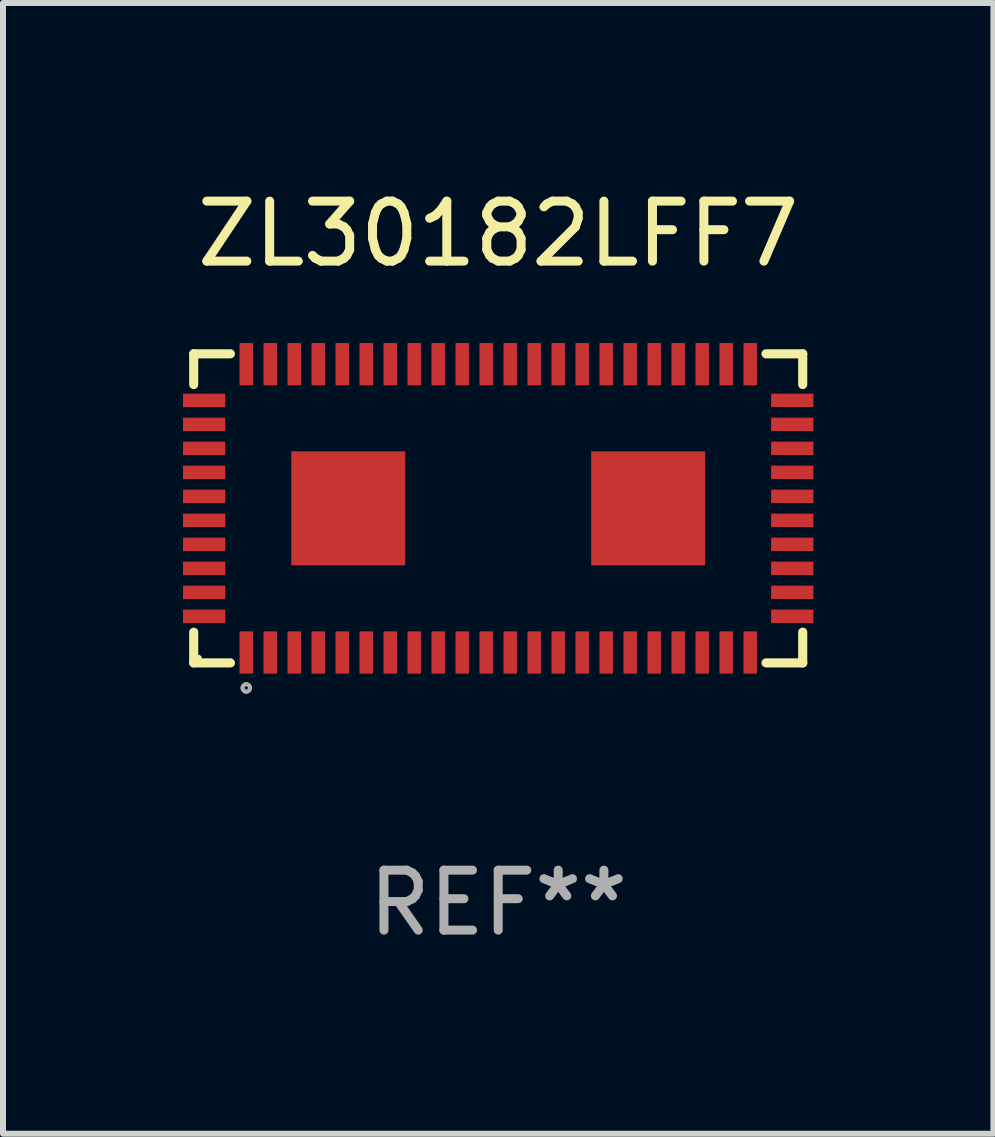
<source format=kicad_pcb>
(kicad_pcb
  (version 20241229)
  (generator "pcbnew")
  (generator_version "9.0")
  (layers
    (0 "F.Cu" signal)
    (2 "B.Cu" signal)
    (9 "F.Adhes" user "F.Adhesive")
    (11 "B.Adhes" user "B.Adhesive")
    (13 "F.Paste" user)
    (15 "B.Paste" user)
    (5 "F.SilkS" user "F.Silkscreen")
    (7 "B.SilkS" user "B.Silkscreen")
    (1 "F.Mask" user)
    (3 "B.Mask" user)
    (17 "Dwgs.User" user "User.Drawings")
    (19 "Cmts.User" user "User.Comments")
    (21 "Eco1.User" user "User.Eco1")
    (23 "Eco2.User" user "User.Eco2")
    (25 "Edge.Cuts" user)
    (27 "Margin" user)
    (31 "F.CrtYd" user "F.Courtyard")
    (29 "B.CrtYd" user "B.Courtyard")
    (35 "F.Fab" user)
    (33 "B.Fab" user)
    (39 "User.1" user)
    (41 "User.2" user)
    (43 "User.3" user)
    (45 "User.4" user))
  (footprint "ZL30182LFF7"
    (layer "F.Cu")
    (at 5.255 5.424)
    (property "Reference" "ZL30182LFF7" (at 0 -4.576 0) (layer "F.SilkS") (effects (font (size 1 1) (thickness 0.15))))
    (attr through_hole)
    (fp_line (start -5.076 -2.576) (end -5.076 -2.064) (stroke (width 0.152) (type solid)) (layer "F.SilkS"))
    (fp_line (start -5.076 2.576) (end -5.076 2.064) (stroke (width 0.152) (type solid)) (layer "F.SilkS"))
    (fp_line (start -4.464 -2.576) (end -5.076 -2.576) (stroke (width 0.152) (type solid)) (layer "F.SilkS"))
    (fp_line (start -4.464 2.576) (end -5.076 2.576) (stroke (width 0.152) (type solid)) (layer "F.SilkS"))
    (fp_line (start 4.464 -2.576) (end 5.076 -2.576) (stroke (width 0.152) (type solid)) (layer "F.SilkS"))
    (fp_line (start 4.464 2.576) (end 5.076 2.576) (stroke (width 0.152) (type solid)) (layer "F.SilkS"))
    (fp_line (start 5.076 -2.576) (end 5.076 -2.064) (stroke (width 0.152) (type solid)) (layer "F.SilkS"))
    (fp_line (start 5.076 2.576) (end 5.076 2.064) (stroke (width 0.152) (type solid)) (layer "F.SilkS"))
    (fp_circle (center -5 2.5) (end -4.97 2.5) (stroke (width 0.06) (type solid)) (fill no) (layer "F.SilkS"))
    (fp_circle (center -4.2 2.994) (end -4.169 2.994) (stroke (width 0.063) (type solid)) (fill no) (layer "F.SilkS"))
    (fp_circle (center -4.2 2.994) (end -4.169 2.994) (stroke (width 0.063) (type solid)) (fill no) (layer "F.Fab"))
    (fp_text user "REF**" (at 0 6.576 0) (layer "F.Fab") (effects (font (size 1 1) (thickness 0.15))))
    (pad "1" smd rect (at -4.2 2.403 90) (size 0.705 0.224) (layers "F.Cu" "F.Mask" "F.Paste"))
    (pad "2" smd rect (at -3.8 2.403 90) (size 0.705 0.224) (layers "F.Cu" "F.Mask" "F.Paste"))
    (pad "3" smd rect (at -3.4 2.403 90) (size 0.705 0.224) (layers "F.Cu" "F.Mask" "F.Paste"))
    (pad "4" smd rect (at -3 2.403 90) (size 0.705 0.224) (layers "F.Cu" "F.Mask" "F.Paste"))
    (pad "5" smd rect (at -2.6 2.403 90) (size 0.705 0.224) (layers "F.Cu" "F.Mask" "F.Paste"))
    (pad "6" smd rect (at -2.2 2.403 90) (size 0.705 0.224) (layers "F.Cu" "F.Mask" "F.Paste"))
    (pad "7" smd rect (at -1.8 2.403 90) (size 0.705 0.224) (layers "F.Cu" "F.Mask" "F.Paste"))
    (pad "8" smd rect (at -1.4 2.403 90) (size 0.705 0.224) (layers "F.Cu" "F.Mask" "F.Paste"))
    (pad "9" smd rect (at -1 2.403 90) (size 0.705 0.224) (layers "F.Cu" "F.Mask" "F.Paste"))
    (pad "10" smd rect (at -0.6 2.403 90) (size 0.705 0.224) (layers "F.Cu" "F.Mask" "F.Paste"))
    (pad "11" smd rect (at -0.2 2.403 90) (size 0.705 0.224) (layers "F.Cu" "F.Mask" "F.Paste"))
    (pad "12" smd rect (at 0.2 2.403 90) (size 0.705 0.224) (layers "F.Cu" "F.Mask" "F.Paste"))
    (pad "13" smd rect (at 0.6 2.403 90) (size 0.705 0.224) (layers "F.Cu" "F.Mask" "F.Paste"))
    (pad "14" smd rect (at 1 2.403 90) (size 0.705 0.224) (layers "F.Cu" "F.Mask" "F.Paste"))
    (pad "15" smd rect (at 1.4 2.403 90) (size 0.705 0.224) (layers "F.Cu" "F.Mask" "F.Paste"))
    (pad "16" smd rect (at 1.8 2.403 90) (size 0.705 0.224) (layers "F.Cu" "F.Mask" "F.Paste"))
    (pad "17" smd rect (at 2.2 2.403 90) (size 0.705 0.224) (layers "F.Cu" "F.Mask" "F.Paste"))
    (pad "18" smd rect (at 2.6 2.403 90) (size 0.705 0.224) (layers "F.Cu" "F.Mask" "F.Paste"))
    (pad "19" smd rect (at 3 2.403 90) (size 0.705 0.224) (layers "F.Cu" "F.Mask" "F.Paste"))
    (pad "20" smd rect (at 3.4 2.403 90) (size 0.705 0.224) (layers "F.Cu" "F.Mask" "F.Paste"))
    (pad "21" smd rect (at 3.8 2.403 90) (size 0.705 0.224) (layers "F.Cu" "F.Mask" "F.Paste"))
    (pad "22" smd rect (at 4.2 2.403 90) (size 0.705 0.224) (layers "F.Cu" "F.Mask" "F.Paste"))
    (pad "23" smd rect (at 4.902 1.8 90) (size 0.224 0.705) (layers "F.Cu" "F.Mask" "F.Paste"))
    (pad "24" smd rect (at 4.902 1.4 90) (size 0.224 0.705) (layers "F.Cu" "F.Mask" "F.Paste"))
    (pad "25" smd rect (at 4.902 1 90) (size 0.224 0.705) (layers "F.Cu" "F.Mask" "F.Paste"))
    (pad "26" smd rect (at 4.902 0.6 90) (size 0.224 0.705) (layers "F.Cu" "F.Mask" "F.Paste"))
    (pad "27" smd rect (at 4.902 0.2 90) (size 0.224 0.705) (layers "F.Cu" "F.Mask" "F.Paste"))
    (pad "28" smd rect (at 4.902 -0.2 90) (size 0.224 0.705) (layers "F.Cu" "F.Mask" "F.Paste"))
    (pad "29" smd rect (at 4.902 -0.6 90) (size 0.224 0.705) (layers "F.Cu" "F.Mask" "F.Paste"))
    (pad "30" smd rect (at 4.902 -1 90) (size 0.224 0.705) (layers "F.Cu" "F.Mask" "F.Paste"))
    (pad "31" smd rect (at 4.902 -1.4 90) (size 0.224 0.705) (layers "F.Cu" "F.Mask" "F.Paste"))
    (pad "32" smd rect (at 4.902 -1.8 90) (size 0.224 0.705) (layers "F.Cu" "F.Mask" "F.Paste"))
    (pad "33" smd rect (at 4.2 -2.403 90) (size 0.705 0.224) (layers "F.Cu" "F.Mask" "F.Paste"))
    (pad "34" smd rect (at 3.8 -2.403 90) (size 0.705 0.224) (layers "F.Cu" "F.Mask" "F.Paste"))
    (pad "35" smd rect (at 3.4 -2.403 90) (size 0.705 0.224) (layers "F.Cu" "F.Mask" "F.Paste"))
    (pad "36" smd rect (at 3 -2.403 90) (size 0.705 0.224) (layers "F.Cu" "F.Mask" "F.Paste"))
    (pad "37" smd rect (at 2.6 -2.403 90) (size 0.705 0.224) (layers "F.Cu" "F.Mask" "F.Paste"))
    (pad "38" smd rect (at 2.2 -2.403 90) (size 0.705 0.224) (layers "F.Cu" "F.Mask" "F.Paste"))
    (pad "39" smd rect (at 1.8 -2.403 90) (size 0.705 0.224) (layers "F.Cu" "F.Mask" "F.Paste"))
    (pad "40" smd rect (at 1.4 -2.403 90) (size 0.705 0.224) (layers "F.Cu" "F.Mask" "F.Paste"))
    (pad "41" smd rect (at 1 -2.403 90) (size 0.705 0.224) (layers "F.Cu" "F.Mask" "F.Paste"))
    (pad "42" smd rect (at 0.6 -2.403 90) (size 0.705 0.224) (layers "F.Cu" "F.Mask" "F.Paste"))
    (pad "43" smd rect (at 0.2 -2.403 90) (size 0.705 0.224) (layers "F.Cu" "F.Mask" "F.Paste"))
    (pad "44" smd rect (at -0.2 -2.403 90) (size 0.705 0.224) (layers "F.Cu" "F.Mask" "F.Paste"))
    (pad "45" smd rect (at -0.6 -2.403 90) (size 0.705 0.224) (layers "F.Cu" "F.Mask" "F.Paste"))
    (pad "46" smd rect (at -1 -2.403 90) (size 0.705 0.224) (layers "F.Cu" "F.Mask" "F.Paste"))
    (pad "47" smd rect (at -1.4 -2.403 90) (size 0.705 0.224) (layers "F.Cu" "F.Mask" "F.Paste"))
    (pad "48" smd rect (at -1.8 -2.403 90) (size 0.705 0.224) (layers "F.Cu" "F.Mask" "F.Paste"))
    (pad "49" smd rect (at -2.2 -2.403 90) (size 0.705 0.224) (layers "F.Cu" "F.Mask" "F.Paste"))
    (pad "50" smd rect (at -2.6 -2.403 90) (size 0.705 0.224) (layers "F.Cu" "F.Mask" "F.Paste"))
    (pad "51" smd rect (at -3 -2.403 90) (size 0.705 0.224) (layers "F.Cu" "F.Mask" "F.Paste"))
    (pad "52" smd rect (at -3.4 -2.403 90) (size 0.705 0.224) (layers "F.Cu" "F.Mask" "F.Paste"))
    (pad "53" smd rect (at -3.8 -2.403 90) (size 0.705 0.224) (layers "F.Cu" "F.Mask" "F.Paste"))
    (pad "54" smd rect (at -4.2 -2.403 90) (size 0.705 0.224) (layers "F.Cu" "F.Mask" "F.Paste"))
    (pad "55" smd rect (at -4.902 -1.8 90) (size 0.224 0.705) (layers "F.Cu" "F.Mask" "F.Paste"))
    (pad "56" smd rect (at -4.902 -1.4 90) (size 0.224 0.705) (layers "F.Cu" "F.Mask" "F.Paste"))
    (pad "57" smd rect (at -4.902 -1 90) (size 0.224 0.705) (layers "F.Cu" "F.Mask" "F.Paste"))
    (pad "58" smd rect (at -4.902 -0.6 90) (size 0.224 0.705) (layers "F.Cu" "F.Mask" "F.Paste"))
    (pad "59" smd rect (at -4.902 -0.2 90) (size 0.224 0.705) (layers "F.Cu" "F.Mask" "F.Paste"))
    (pad "60" smd rect (at -4.902 0.2 90) (size 0.224 0.705) (layers "F.Cu" "F.Mask" "F.Paste"))
    (pad "61" smd rect (at -4.902 0.6 90) (size 0.224 0.705) (layers "F.Cu" "F.Mask" "F.Paste"))
    (pad "62" smd rect (at -4.902 1 90) (size 0.224 0.705) (layers "F.Cu" "F.Mask" "F.Paste"))
    (pad "63" smd rect (at -4.902 1.4 90) (size 0.224 0.705) (layers "F.Cu" "F.Mask" "F.Paste"))
    (pad "64" smd rect (at -4.902 1.8 90) (size 0.224 0.705) (layers "F.Cu" "F.Mask" "F.Paste"))
    (pad "65" smd rect (at -2.5 0 90) (size 1.9 1.9) (layers "F.Cu" "F.Mask" "F.Paste"))
    (pad "66" smd rect (at 2.5 0 90) (size 1.9 1.9) (layers "F.Cu" "F.Mask" "F.Paste")))
  (gr_rect
    (start -3 -3)
    (end 13.51 15.849)
    (stroke (width 0.1) (type default))
    (fill no)
    (layer "Edge.Cuts")))
</source>
